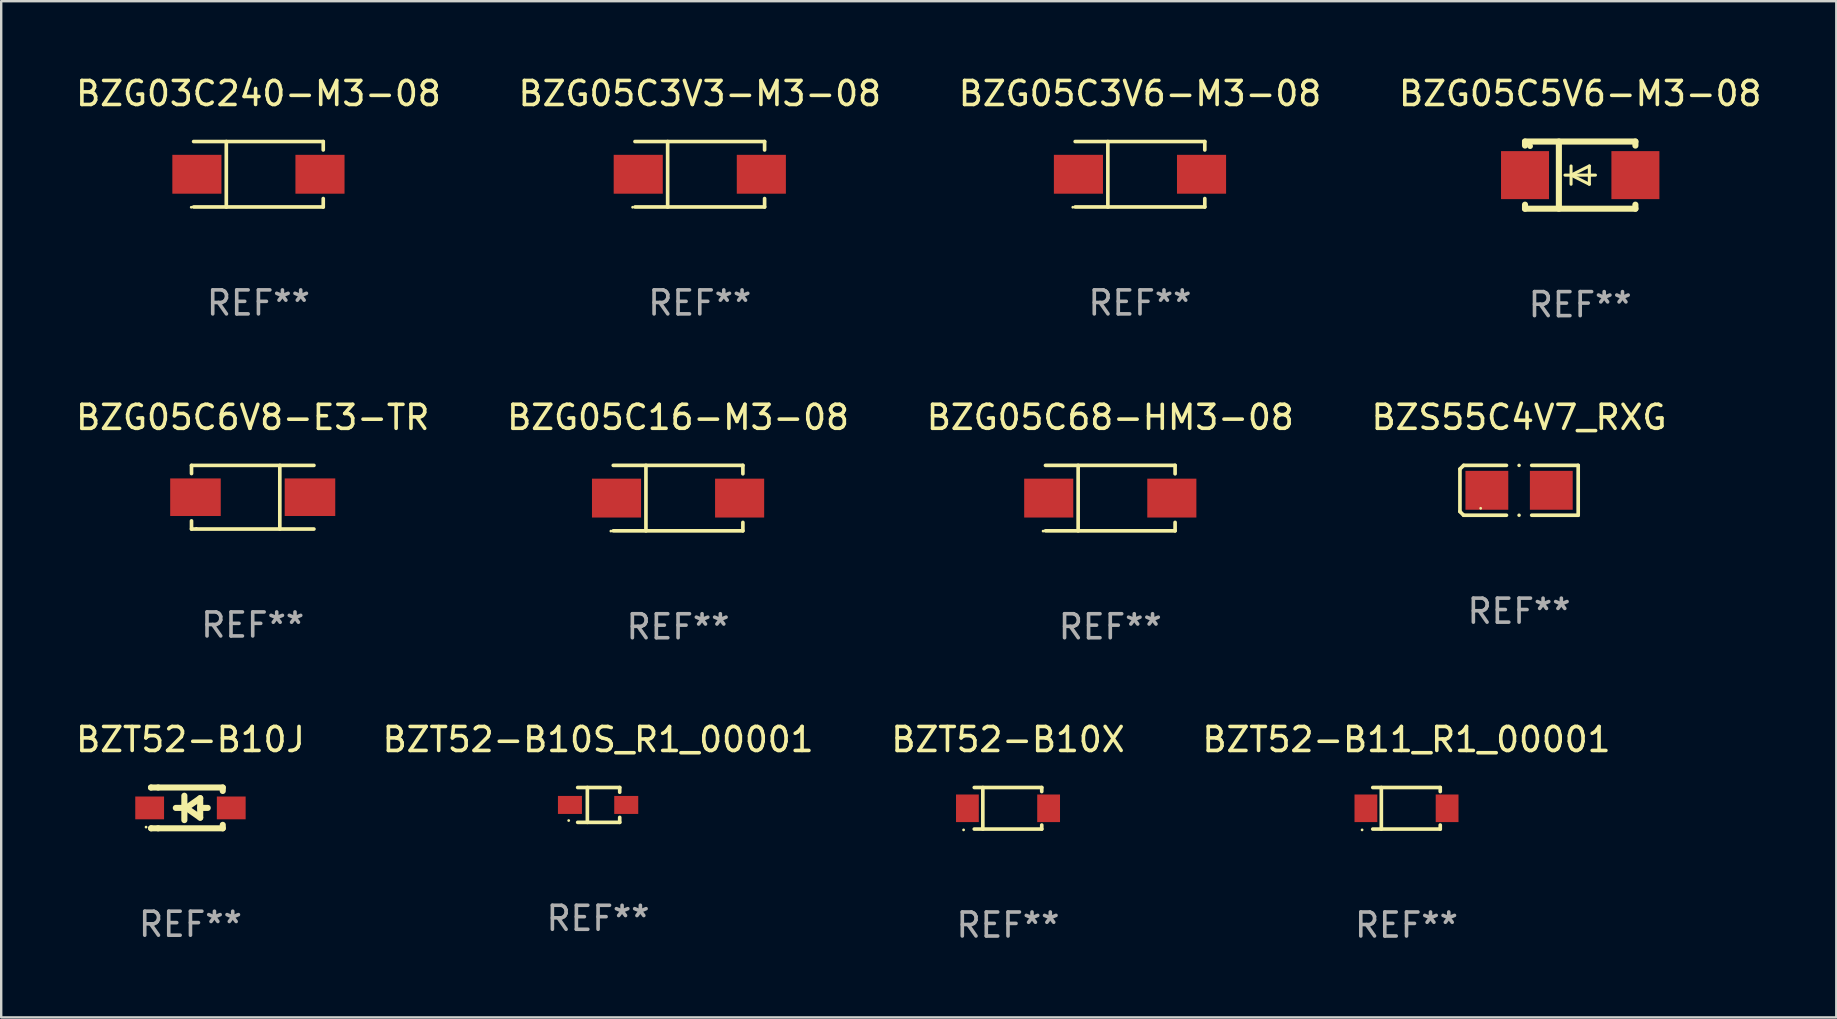
<source format=kicad_pcb>
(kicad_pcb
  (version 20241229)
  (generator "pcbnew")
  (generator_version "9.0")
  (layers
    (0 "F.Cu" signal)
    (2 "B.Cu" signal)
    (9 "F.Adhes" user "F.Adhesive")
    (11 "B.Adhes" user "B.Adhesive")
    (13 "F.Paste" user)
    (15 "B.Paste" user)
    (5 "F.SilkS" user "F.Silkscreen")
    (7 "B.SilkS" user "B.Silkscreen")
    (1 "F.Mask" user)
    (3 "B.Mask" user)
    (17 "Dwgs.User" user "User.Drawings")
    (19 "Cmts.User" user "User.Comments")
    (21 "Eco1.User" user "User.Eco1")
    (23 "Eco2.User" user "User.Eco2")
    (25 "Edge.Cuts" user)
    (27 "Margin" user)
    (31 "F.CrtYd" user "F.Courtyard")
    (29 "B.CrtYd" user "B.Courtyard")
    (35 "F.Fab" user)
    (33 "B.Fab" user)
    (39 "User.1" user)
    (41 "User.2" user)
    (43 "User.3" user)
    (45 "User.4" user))
  (footprint "BZG05C68-HM3-08"
    (layer "F.Cu")
    (at 43.22 17.708)
    (property "Reference" "BZG05C68-HM3-08" (at 0 -3.364 0) (layer "F.SilkS") (effects (font (size 1 1) (thickness 0.15))))
    (attr through_hole)
    (fp_line (start -2.701 -1.364) (end 2.701 -1.364) (stroke (width 0.152) (type solid)) (layer "F.SilkS"))
    (fp_line (start -2.701 1.364) (end 2.701 1.364) (stroke (width 0.152) (type solid)) (layer "F.SilkS"))
    (fp_line (start -1.339 -1.364) (end -1.339 1.364) (stroke (width 0.152) (type solid)) (layer "F.SilkS"))
    (fp_line (start 2.701 -1.364) (end 2.701 -1.013) (stroke (width 0.152) (type solid)) (layer "F.SilkS"))
    (fp_line (start 2.701 1.364) (end 2.701 1.013) (stroke (width 0.152) (type solid)) (layer "F.SilkS"))
    (fp_circle (center -2.8 1.375) (end -2.77 1.375) (stroke (width 0.06) (type solid)) (fill no) (layer "F.SilkS"))
    (fp_text user "REF**" (at 0 5.364 0) (layer "F.Fab") (effects (font (size 1 1) (thickness 0.15))))
    (pad "1" smd rect (at -2.565 -0.000025) (size 2.046 1.62) (layers "F.Cu" "F.Mask" "F.Paste"))
    (pad "2" smd rect (at 2.565 -0.000025) (size 2.046 1.62) (layers "F.Cu" "F.Mask" "F.Paste")))
  (footprint "BZG05C16-M3-08"
    (layer "F.Cu")
    (at 25.208 17.708)
    (property "Reference" "BZG05C16-M3-08" (at 0 -3.364 0) (layer "F.SilkS") (effects (font (size 1 1) (thickness 0.15))))
    (attr through_hole)
    (fp_line (start -2.701 -1.364) (end 2.701 -1.364) (stroke (width 0.152) (type solid)) (layer "F.SilkS"))
    (fp_line (start -2.701 1.364) (end 2.701 1.364) (stroke (width 0.152) (type solid)) (layer "F.SilkS"))
    (fp_line (start -1.339 -1.364) (end -1.339 1.364) (stroke (width 0.152) (type solid)) (layer "F.SilkS"))
    (fp_line (start 2.701 -1.364) (end 2.701 -1.013) (stroke (width 0.152) (type solid)) (layer "F.SilkS"))
    (fp_line (start 2.701 1.364) (end 2.701 1.013) (stroke (width 0.152) (type solid)) (layer "F.SilkS"))
    (fp_circle (center -2.8 1.375) (end -2.77 1.375) (stroke (width 0.06) (type solid)) (fill no) (layer "F.SilkS"))
    (fp_text user "REF**" (at 0 5.364 0) (layer "F.Fab") (effects (font (size 1 1) (thickness 0.15))))
    (pad "1" smd rect (at -2.565 -0.000025) (size 2.046 1.62) (layers "F.Cu" "F.Mask" "F.Paste"))
    (pad "2" smd rect (at 2.565 -0.000025) (size 2.046 1.62) (layers "F.Cu" "F.Mask" "F.Paste")))
  (footprint "BZG05C6V8-E3-TR"
    (layer "F.Cu")
    (at 7.482 17.671)
    (property "Reference" "BZG05C6V8-E3-TR" (at 0 -3.326 0) (layer "F.SilkS") (effects (font (size 1 1) (thickness 0.15))))
    (attr through_hole)
    (fp_line (start -2.551 -1.326) (end -2.551 -0.986) (stroke (width 0.152) (type solid)) (layer "F.SilkS"))
    (fp_line (start -2.551 1.326) (end -2.551 0.986) (stroke (width 0.152) (type solid)) (layer "F.SilkS"))
    (fp_line (start 1.129 1.326) (end 1.129 -1.326) (stroke (width 0.152) (type solid)) (layer "F.SilkS"))
    (fp_line (start 2.551 -1.326) (end -2.551 -1.326) (stroke (width 0.152) (type solid)) (layer "F.SilkS"))
    (fp_line (start 2.551 1.326) (end -2.551 1.326) (stroke (width 0.152) (type solid)) (layer "F.SilkS"))
    (fp_circle (center -2.35 1.3) (end -2.32 1.3) (stroke (width 0.06) (type solid)) (fill no) (layer "F.SilkS"))
    (fp_text user "REF**" (at 0 5.326 0) (layer "F.Fab") (effects (font (size 1 1) (thickness 0.15))))
    (pad "1" smd rect (at -2.386 0) (size 2.107 1.566) (layers "F.Cu" "F.Mask" "F.Paste"))
    (pad "2" smd rect (at 2.386 0) (size 2.107 1.566) (layers "F.Cu" "F.Mask" "F.Paste")))
  (footprint "BZG05C3V6-M3-08"
    (layer "F.Cu")
    (at 44.458 4.212)
    (property "Reference" "BZG05C3V6-M3-08" (at 0 -3.364 0) (layer "F.SilkS") (effects (font (size 1 1) (thickness 0.15))))
    (attr through_hole)
    (fp_line (start -2.701 -1.364) (end 2.701 -1.364) (stroke (width 0.152) (type solid)) (layer "F.SilkS"))
    (fp_line (start -2.701 1.364) (end 2.701 1.364) (stroke (width 0.152) (type solid)) (layer "F.SilkS"))
    (fp_line (start -1.339 -1.364) (end -1.339 1.364) (stroke (width 0.152) (type solid)) (layer "F.SilkS"))
    (fp_line (start 2.701 -1.364) (end 2.701 -1.013) (stroke (width 0.152) (type solid)) (layer "F.SilkS"))
    (fp_line (start 2.701 1.364) (end 2.701 1.013) (stroke (width 0.152) (type solid)) (layer "F.SilkS"))
    (fp_circle (center -2.8 1.375) (end -2.77 1.375) (stroke (width 0.06) (type solid)) (fill no) (layer "F.SilkS"))
    (fp_text user "REF**" (at 0 5.364 0) (layer "F.Fab") (effects (font (size 1 1) (thickness 0.15))))
    (pad "1" smd rect (at -2.565 -0.000025) (size 2.046 1.62) (layers "F.Cu" "F.Mask" "F.Paste"))
    (pad "2" smd rect (at 2.565 -0.000025) (size 2.046 1.62) (layers "F.Cu" "F.Mask" "F.Paste")))
  (footprint "BZT52-B11_R1_00001"
    (layer "F.Cu")
    (at 55.565 30.635)
    (property "Reference" "BZT52-B11_R1_00001" (at 0 -2.866 0) (layer "F.SilkS") (effects (font (size 1 1) (thickness 0.15))))
    (attr through_hole)
    (fp_line (start -1.406 -0.866) (end 1.406 -0.866) (stroke (width 0.152) (type solid)) (layer "F.SilkS"))
    (fp_line (start -1.406 0.866) (end 1.406 0.866) (stroke (width 0.152) (type solid)) (layer "F.SilkS"))
    (fp_line (start -1.049 -0.866) (end -1.049 0.866) (stroke (width 0.152) (type solid)) (layer "F.SilkS"))
    (fp_line (start 1.406 -0.866) (end 1.406 -0.698) (stroke (width 0.152) (type solid)) (layer "F.SilkS"))
    (fp_line (start 1.406 0.866) (end 1.406 0.698) (stroke (width 0.152) (type solid)) (layer "F.SilkS"))
    (fp_circle (center -1.851 0.9) (end -1.821 0.9) (stroke (width 0.06) (type solid)) (fill no) (layer "F.SilkS"))
    (fp_text user "REF**" (at 0 4.866 0) (layer "F.Fab") (effects (font (size 1 1) (thickness 0.15))))
    (pad "1" smd rect (at -1.692 0) (size 0.95 1.15) (layers "F.Cu" "F.Mask" "F.Paste"))
    (pad "2" smd rect (at 1.692 0) (size 0.95 1.15) (layers "F.Cu" "F.Mask" "F.Paste")))
  (footprint "BZT52-B10J"
    (layer "F.Cu")
    (at 4.887 30.619)
    (property "Reference" "BZT52-B10J" (at 0 -2.85 0) (layer "F.SilkS") (effects (font (size 1 1) (thickness 0.15))))
    (attr through_hole)
    (fp_line (start -1.643 -0.85) (end -1.644 -0.849) (stroke (width 0.254) (type solid)) (layer "F.SilkS"))
    (fp_line (start -1.638 0.85) (end -1.639 0.849) (stroke (width 0.254) (type solid)) (layer "F.SilkS"))
    (fp_line (start -1.346 -0.85) (end -1.643 -0.85) (stroke (width 0.254) (type solid)) (layer "F.SilkS"))
    (fp_line (start -1.346 -0.85) (end 1.346 -0.85) (stroke (width 0.254) (type solid)) (layer "F.SilkS"))
    (fp_line (start -1.346 0.85) (end -1.638 0.85) (stroke (width 0.254) (type solid)) (layer "F.SilkS"))
    (fp_line (start -0.28 0) (end -0.61 0) (stroke (width 0.254) (type solid)) (layer "F.SilkS"))
    (fp_line (start -0.254 -0.508) (end -0.254 0.508) (stroke (width 0.254) (type solid)) (layer "F.SilkS"))
    (fp_line (start -0.178 0) (end 0.406 -0.406) (stroke (width 0.254) (type solid)) (layer "F.SilkS"))
    (fp_line (start 0.406 -0.406) (end 0.406 0.406) (stroke (width 0.254) (type solid)) (layer "F.SilkS"))
    (fp_line (start 0.406 -0.000254) (end 0.72 -0.000254) (stroke (width 0.254) (type solid)) (layer "F.SilkS"))
    (fp_line (start 0.406 0.406) (end -0.178 0) (stroke (width 0.254) (type solid)) (layer "F.SilkS"))
    (fp_line (start 1.346 -0.85) (end 1.346 -0.706) (stroke (width 0.254) (type solid)) (layer "F.SilkS"))
    (fp_line (start 1.346 0.706) (end 1.346 0.85) (stroke (width 0.254) (type solid)) (layer "F.SilkS"))
    (fp_line (start 1.346 0.85) (end -1.346 0.85) (stroke (width 0.254) (type solid)) (layer "F.SilkS"))
    (fp_circle (center -1.85 0.8) (end -1.82 0.8) (stroke (width 0.06) (type solid)) (fill no) (layer "F.SilkS"))
    (fp_text user "REF**" (at 0 4.85 0) (layer "F.Fab") (effects (font (size 1 1) (thickness 0.15))))
    (pad "1" smd rect (at -1.7 0) (size 1.2 0.95) (layers "F.Cu" "F.Mask" "F.Paste"))
    (pad "2" smd rect (at 1.7 0) (size 1.2 0.95) (layers "F.Cu" "F.Mask" "F.Paste")))
  (footprint "BZG03C240-M3-08"
    (layer "F.Cu")
    (at 7.72 4.212)
    (property "Reference" "BZG03C240-M3-08" (at 0 -3.364 0) (layer "F.SilkS") (effects (font (size 1 1) (thickness 0.15))))
    (attr through_hole)
    (fp_line (start -2.701 -1.364) (end 2.701 -1.364) (stroke (width 0.152) (type solid)) (layer "F.SilkS"))
    (fp_line (start -2.701 1.364) (end 2.701 1.364) (stroke (width 0.152) (type solid)) (layer "F.SilkS"))
    (fp_line (start -1.339 -1.364) (end -1.339 1.364) (stroke (width 0.152) (type solid)) (layer "F.SilkS"))
    (fp_line (start 2.701 -1.364) (end 2.701 -1.013) (stroke (width 0.152) (type solid)) (layer "F.SilkS"))
    (fp_line (start 2.701 1.364) (end 2.701 1.013) (stroke (width 0.152) (type solid)) (layer "F.SilkS"))
    (fp_circle (center -2.8 1.375) (end -2.77 1.375) (stroke (width 0.06) (type solid)) (fill no) (layer "F.SilkS"))
    (fp_text user "REF**" (at 0 5.364 0) (layer "F.Fab") (effects (font (size 1 1) (thickness 0.15))))
    (pad "1" smd rect (at -2.565 -0.000025) (size 2.046 1.62) (layers "F.Cu" "F.Mask" "F.Paste"))
    (pad "2" smd rect (at 2.565 -0.000025) (size 2.046 1.62) (layers "F.Cu" "F.Mask" "F.Paste")))
  (footprint "BZS55C4V7_RXG"
    (layer "F.Cu")
    (at 60.256 17.383)
    (property "Reference" "BZS55C4V7_RXG" (at 0 -3.039 0) (layer "F.SilkS") (effects (font (size 1 1) (thickness 0.15))))
    (attr through_hole)
    (fp_line (start -2.464 -0.886) (end -2.311 -1.039) (stroke (width 0.152) (type solid)) (layer "F.SilkS"))
    (fp_line (start -2.464 0.886) (end -2.464 -0.886) (stroke (width 0.152) (type solid)) (layer "F.SilkS"))
    (fp_line (start -2.311 -1.039) (end -0.526 -1.039) (stroke (width 0.152) (type solid)) (layer "F.SilkS"))
    (fp_line (start -2.311 1.039) (end -2.464 0.886) (stroke (width 0.152) (type solid)) (layer "F.SilkS"))
    (fp_line (start -0.526 1.039) (end -2.311 1.039) (stroke (width 0.152) (type solid)) (layer "F.SilkS"))
    (fp_line (start 0.526 1.039) (end 2.464 1.039) (stroke (width 0.152) (type solid)) (layer "F.SilkS"))
    (fp_line (start 2.464 -1.039) (end 0.526 -1.039) (stroke (width 0.152) (type solid)) (layer "F.SilkS"))
    (fp_line (start 2.464 1.039) (end 2.464 -1.039) (stroke (width 0.152) (type solid)) (layer "F.SilkS"))
    (fp_circle (center -1.6 0.75) (end -1.57 0.75) (stroke (width 0.06) (type solid)) (fill no) (layer "F.SilkS"))
    (fp_circle (center -0.000038 -1.039) (end 0.038 -1.039) (stroke (width 0.076) (type solid)) (fill no) (layer "F.SilkS"))
    (fp_circle (center -0.000038 1.039) (end 0.038 1.039) (stroke (width 0.076) (type solid)) (fill no) (layer "F.SilkS"))
    (fp_text user "REF**" (at 0 5.039 0) (layer "F.Fab") (effects (font (size 1 1) (thickness 0.15))))
    (pad "1" smd rect (at -1.342 0.000013) (size 1.785 1.62) (layers "F.Cu" "F.Mask" "F.Paste"))
    (pad "2" smd rect (at 1.343 0.000013) (size 1.785 1.62) (layers "F.Cu" "F.Mask" "F.Paste")))
  (footprint "BZG05C3V3-M3-08"
    (layer "F.Cu")
    (at 26.113 4.212)
    (property "Reference" "BZG05C3V3-M3-08" (at 0 -3.364 0) (layer "F.SilkS") (effects (font (size 1 1) (thickness 0.15))))
    (attr through_hole)
    (fp_line (start -2.701 -1.364) (end 2.701 -1.364) (stroke (width 0.152) (type solid)) (layer "F.SilkS"))
    (fp_line (start -2.701 1.364) (end 2.701 1.364) (stroke (width 0.152) (type solid)) (layer "F.SilkS"))
    (fp_line (start -1.339 -1.364) (end -1.339 1.364) (stroke (width 0.152) (type solid)) (layer "F.SilkS"))
    (fp_line (start 2.701 -1.364) (end 2.701 -1.013) (stroke (width 0.152) (type solid)) (layer "F.SilkS"))
    (fp_line (start 2.701 1.364) (end 2.701 1.013) (stroke (width 0.152) (type solid)) (layer "F.SilkS"))
    (fp_circle (center -2.8 1.375) (end -2.77 1.375) (stroke (width 0.06) (type solid)) (fill no) (layer "F.SilkS"))
    (fp_text user "REF**" (at 0 5.364 0) (layer "F.Fab") (effects (font (size 1 1) (thickness 0.15))))
    (pad "1" smd rect (at -2.565 -0.000025) (size 2.046 1.62) (layers "F.Cu" "F.Mask" "F.Paste"))
    (pad "2" smd rect (at 2.565 -0.000025) (size 2.046 1.62) (layers "F.Cu" "F.Mask" "F.Paste")))
  (footprint "BZG05C5V6-M3-08"
    (layer "F.Cu")
    (at 62.804 4.248)
    (property "Reference" "BZG05C5V6-M3-08" (at 0 -3.4 0) (layer "F.SilkS") (effects (font (size 1 1) (thickness 0.15))))
    (attr through_hole)
    (fp_line (start -2.3 -1.4) (end -2.3 -1.231) (stroke (width 0.254) (type solid)) (layer "F.SilkS"))
    (fp_line (start -2.3 -1.4) (end 2.3 -1.4) (stroke (width 0.254) (type solid)) (layer "F.SilkS"))
    (fp_line (start -2.3 1.231) (end -2.3 1.4) (stroke (width 0.254) (type solid)) (layer "F.SilkS"))
    (fp_line (start -2.3 1.4) (end 2.3 1.4) (stroke (width 0.254) (type solid)) (layer "F.SilkS"))
    (fp_line (start -0.889 1.4) (end -0.889 -1.4) (stroke (width 0.254) (type solid)) (layer "F.SilkS"))
    (fp_line (start -0.381 0) (end -0.381 -0.381) (stroke (width 0.127) (type solid)) (layer "F.SilkS"))
    (fp_line (start -0.381 0) (end -0.381 0.381) (stroke (width 0.127) (type solid)) (layer "F.SilkS"))
    (fp_line (start 0.381 -0.381) (end -0.381 0) (stroke (width 0.127) (type solid)) (layer "F.SilkS"))
    (fp_line (start 0.381 0) (end 0.381 -0.381) (stroke (width 0.127) (type solid)) (layer "F.SilkS"))
    (fp_line (start 0.381 0) (end 0.381 0.381) (stroke (width 0.127) (type solid)) (layer "F.SilkS"))
    (fp_line (start 0.381 0.381) (end -0.381 0) (stroke (width 0.127) (type solid)) (layer "F.SilkS"))
    (fp_line (start 0.635 0) (end -0.635 0) (stroke (width 0.127) (type solid)) (layer "F.SilkS"))
    (fp_line (start 2.3 -1.4) (end 2.3 -1.231) (stroke (width 0.254) (type solid)) (layer "F.SilkS"))
    (fp_line (start 2.3 1.231) (end 2.3 1.4) (stroke (width 0.254) (type solid)) (layer "F.SilkS"))
    (fp_circle (center -2.088 -1.208) (end -2.028 -1.208) (stroke (width 0.12) (type solid)) (fill no) (layer "F.SilkS"))
    (fp_text user "REF**" (at 0 5.4 0) (layer "F.Fab") (effects (font (size 1 1) (thickness 0.15))))
    (pad "1" smd rect (at -2.3 0 180) (size 2 2) (layers "F.Cu" "F.Mask" "F.Paste"))
    (pad "2" smd rect (at 2.3 0 180) (size 2 2) (layers "F.Cu" "F.Mask" "F.Paste")))
  (footprint "BZT52-B10S_R1_00001"
    (layer "F.Cu")
    (at 21.875 30.495)
    (property "Reference" "BZT52-B10S_R1_00001" (at 0 -2.726 0) (layer "F.SilkS") (effects (font (size 1 1) (thickness 0.15))))
    (attr through_hole)
    (fp_line (start -0.851 -0.726) (end 0.901 -0.726) (stroke (width 0.152) (type solid)) (layer "F.SilkS"))
    (fp_line (start -0.851 0.726) (end 0.901 0.726) (stroke (width 0.152) (type solid)) (layer "F.SilkS"))
    (fp_line (start -0.447 -0.726) (end -0.447 0.726) (stroke (width 0.152) (type solid)) (layer "F.SilkS"))
    (fp_line (start 0.901 -0.726) (end 0.901 -0.53) (stroke (width 0.152) (type solid)) (layer "F.SilkS"))
    (fp_line (start 0.901 0.726) (end 0.901 0.52) (stroke (width 0.152) (type solid)) (layer "F.SilkS"))
    (fp_circle (center -1.225 0.65) (end -1.195 0.65) (stroke (width 0.06) (type solid)) (fill no) (layer "F.SilkS"))
    (fp_text user "REF**" (at 0 4.726 0) (layer "F.Fab") (effects (font (size 1 1) (thickness 0.15))))
    (pad "1" smd rect (at -1.173 0) (size 1 0.75) (layers "F.Cu" "F.Mask" "F.Paste"))
    (pad "2" smd rect (at 1.173 0) (size 1 0.75) (layers "F.Cu" "F.Mask" "F.Paste")))
  (footprint "BZT52-B10X"
    (layer "F.Cu")
    (at 38.958 30.635)
    (property "Reference" "BZT52-B10X" (at 0 -2.866 0) (layer "F.SilkS") (effects (font (size 1 1) (thickness 0.15))))
    (attr through_hole)
    (fp_line (start -1.406 -0.866) (end 1.406 -0.866) (stroke (width 0.152) (type solid)) (layer "F.SilkS"))
    (fp_line (start -1.406 0.866) (end 1.406 0.866) (stroke (width 0.152) (type solid)) (layer "F.SilkS"))
    (fp_line (start -1.049 -0.866) (end -1.049 0.866) (stroke (width 0.152) (type solid)) (layer "F.SilkS"))
    (fp_line (start 1.406 -0.866) (end 1.406 -0.698) (stroke (width 0.152) (type solid)) (layer "F.SilkS"))
    (fp_line (start 1.406 0.866) (end 1.406 0.698) (stroke (width 0.152) (type solid)) (layer "F.SilkS"))
    (fp_circle (center -1.851 0.9) (end -1.821 0.9) (stroke (width 0.06) (type solid)) (fill no) (layer "F.SilkS"))
    (fp_text user "REF**" (at 0 4.866 0) (layer "F.Fab") (effects (font (size 1 1) (thickness 0.15))))
    (pad "1" smd rect (at -1.692 0) (size 0.95 1.15) (layers "F.Cu" "F.Mask" "F.Paste"))
    (pad "2" smd rect (at 1.692 0) (size 0.95 1.15) (layers "F.Cu" "F.Mask" "F.Paste")))
  (gr_rect
    (start -3 -3)
    (end 73.476 39.349)
    (stroke (width 0.1) (type default))
    (fill no)
    (layer "Edge.Cuts")))
</source>
